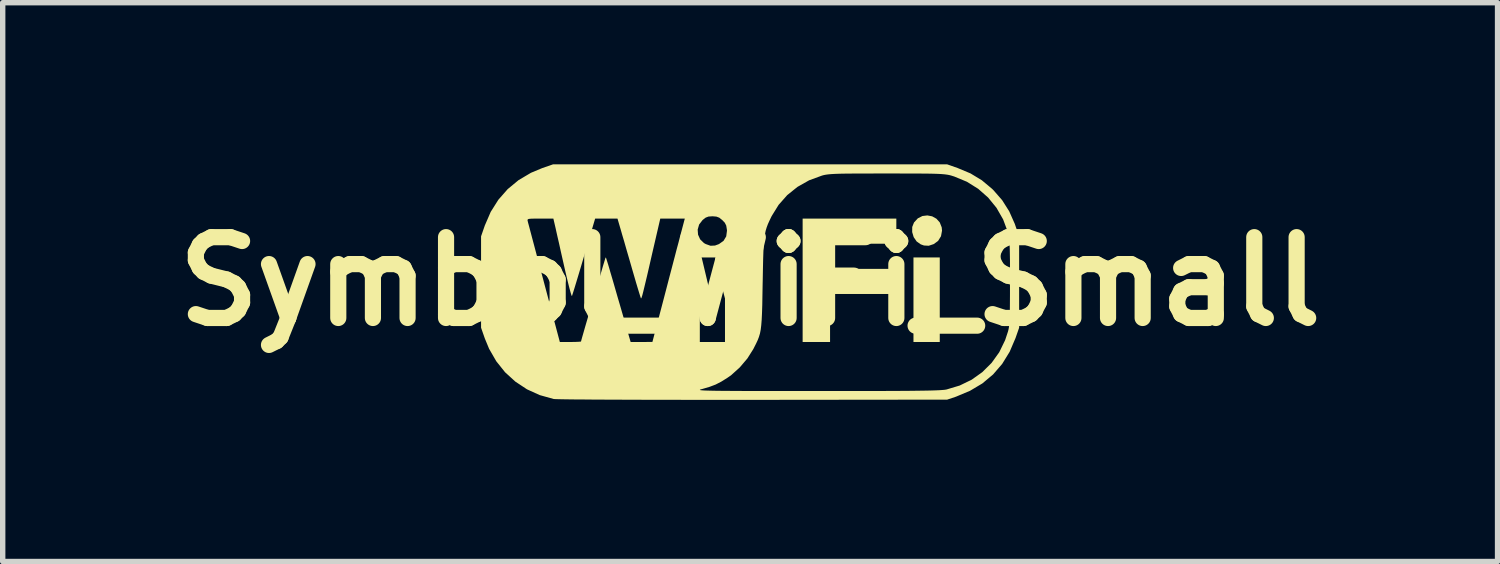
<source format=kicad_pcb>
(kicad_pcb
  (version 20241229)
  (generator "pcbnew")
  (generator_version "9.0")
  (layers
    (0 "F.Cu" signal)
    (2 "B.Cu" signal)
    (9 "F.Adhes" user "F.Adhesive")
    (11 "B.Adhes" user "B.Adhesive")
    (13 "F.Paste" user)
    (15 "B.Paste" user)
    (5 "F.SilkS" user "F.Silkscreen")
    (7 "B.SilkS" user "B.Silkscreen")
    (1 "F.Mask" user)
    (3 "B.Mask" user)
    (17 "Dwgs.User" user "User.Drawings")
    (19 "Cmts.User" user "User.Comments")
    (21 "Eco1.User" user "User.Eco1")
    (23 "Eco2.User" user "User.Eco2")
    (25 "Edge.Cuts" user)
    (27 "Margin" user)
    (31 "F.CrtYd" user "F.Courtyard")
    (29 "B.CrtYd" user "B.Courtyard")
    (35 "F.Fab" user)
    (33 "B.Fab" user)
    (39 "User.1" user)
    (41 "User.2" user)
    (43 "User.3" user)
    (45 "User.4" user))
  (footprint "Symbol_WiFi_Small"
    (layer "F.Cu")
    (at 10.871 2.173)
    (property "Reference" "Symbol_WiFi_Small" (at 0 0 0) (layer "F.SilkS") (effects (font (size 1.5 1.5) (thickness 0.3))))
    (attr board_only exclude_from_pos_files exclude_from_bom)
    (fp_poly (pts (xy 3.52 0.339) (xy 3.52 1.124) (xy 3.276 1.124) (xy 3.032 1.124) (xy 3.032 0.339) (xy 3.032 -0.445) (xy 3.276 -0.445) (xy 3.52 -0.445)) (stroke (width 0) (type solid)) (fill yes) (layer "F.SilkS"))
    (fp_poly (pts (xy 3.379 -1.208) (xy 3.458 -1.164) (xy 3.52 -1.095) (xy 3.556 -1.004) (xy 3.562 -0.943) (xy 3.543 -0.839) (xy 3.489 -0.752) (xy 3.408 -0.693) (xy 3.315 -0.662) (xy 3.227 -0.667) (xy 3.167 -0.688) (xy 3.091 -0.742) (xy 3.036 -0.822) (xy 3.008 -0.916) (xy 3.009 -1.011) (xy 3.042 -1.094) (xy 3.113 -1.171) (xy 3.198 -1.214) (xy 3.29 -1.225)) (stroke (width 0) (type solid)) (fill yes) (layer "F.SilkS"))
    (fp_poly (pts (xy 2.714 -0.933) (xy 2.714 -0.7) (xy 2.099 -0.7) (xy 1.484 -0.7) (xy 1.484 -0.466) (xy 1.484 -0.233) (xy 2.057 -0.233) (xy 2.629 -0.233) (xy 2.629 0) (xy 2.629 0.233) (xy 2.057 0.233) (xy 1.484 0.233) (xy 1.484 0.678) (xy 1.484 1.124) (xy 1.23 1.124) (xy 0.975 1.124) (xy 0.975 -0.021) (xy 0.975 -1.166) (xy 1.845 -1.166) (xy 2.714 -1.166)) (stroke (width 0) (type solid)) (fill yes) (layer "F.SilkS"))
    (fp_poly (pts (xy 3.851 -2.105) (xy 4.09 -2.005) (xy 4.3 -1.878) (xy 4.489 -1.72) (xy 4.515 -1.695) (xy 4.678 -1.508) (xy 4.809 -1.301) (xy 4.913 -1.067) (xy 4.925 -1.031) (xy 4.993 -0.837) (xy 4.993 0.011) (xy 4.993 0.859) (xy 4.926 1.051) (xy 4.817 1.306) (xy 4.678 1.531) (xy 4.51 1.726) (xy 4.311 1.893) (xy 4.081 2.03) (xy 3.819 2.14) (xy 3.806 2.144) (xy 3.657 2.194) (xy 0.053 2.198) (xy -0.34 2.198) (xy -0.721 2.198) (xy -1.089 2.198) (xy -1.441 2.197) (xy -1.775 2.197) (xy -2.089 2.196) (xy -2.381 2.195) (xy -2.648 2.194) (xy -2.889 2.193) (xy -3.1 2.191) (xy -3.28 2.19) (xy -3.427 2.188) (xy -3.538 2.186) (xy -3.611 2.184) (xy -3.645 2.182) (xy -3.645 2.182) (xy -3.903 2.11) (xy -4.113 2.015) (xy -0.931 2.015) (xy -0.92 2.018) (xy -0.894 2.021) (xy -0.852 2.024) (xy -0.792 2.026) (xy -0.71 2.028) (xy -0.606 2.03) (xy -0.477 2.031) (xy -0.32 2.032) (xy -0.134 2.033) (xy 0.085 2.033) (xy 0.337 2.033) (xy 0.625 2.034) (xy 0.952 2.034) (xy 1.24 2.034) (xy 1.612 2.034) (xy 1.944 2.034) (xy 2.238 2.033) (xy 2.497 2.033) (xy 2.723 2.032) (xy 2.917 2.031) (xy 3.083 2.029) (xy 3.223 2.027) (xy 3.339 2.025) (xy 3.434 2.022) (xy 3.509 2.019) (xy 3.567 2.015) (xy 3.611 2.011) (xy 3.642 2.006) (xy 3.647 2.005) (xy 3.89 1.932) (xy 4.112 1.824) (xy 4.31 1.683) (xy 4.482 1.512) (xy 4.624 1.314) (xy 4.733 1.09) (xy 4.785 0.933) (xy 4.796 0.892) (xy 4.804 0.847) (xy 4.81 0.793) (xy 4.815 0.726) (xy 4.819 0.64) (xy 4.821 0.531) (xy 4.822 0.394) (xy 4.823 0.224) (xy 4.823 0.016) (xy 4.823 0.011) (xy 4.823 -0.197) (xy 4.823 -0.367) (xy 4.821 -0.504) (xy 4.819 -0.613) (xy 4.815 -0.699) (xy 4.811 -0.766) (xy 4.804 -0.82) (xy 4.796 -0.864) (xy 4.786 -0.905) (xy 4.785 -0.912) (xy 4.696 -1.151) (xy 4.572 -1.367) (xy 4.417 -1.557) (xy 4.233 -1.719) (xy 4.023 -1.85) (xy 3.789 -1.947) (xy 3.732 -1.965) (xy 3.697 -1.974) (xy 3.66 -1.981) (xy 3.615 -1.987) (xy 3.56 -1.992) (xy 3.49 -1.996) (xy 3.401 -1.999) (xy 3.289 -2.001) (xy 3.151 -2.002) (xy 2.982 -2.003) (xy 2.778 -2.003) (xy 2.536 -2.004) (xy 2.534 -2.004) (xy 2.291 -2.003) (xy 2.087 -2.003) (xy 1.918 -2.002) (xy 1.779 -2.001) (xy 1.667 -1.999) (xy 1.578 -1.996) (xy 1.508 -1.992) (xy 1.452 -1.987) (xy 1.407 -1.981) (xy 1.37 -1.974) (xy 1.336 -1.965) (xy 1.096 -1.877) (xy 0.88 -1.755) (xy 0.69 -1.603) (xy 0.53 -1.422) (xy 0.401 -1.214) (xy 0.393 -1.198) (xy 0.359 -1.127) (xy 0.33 -1.063) (xy 0.307 -1.001) (xy 0.288 -0.937) (xy 0.274 -0.865) (xy 0.262 -0.781) (xy 0.254 -0.68) (xy 0.247 -0.556) (xy 0.242 -0.406) (xy 0.238 -0.223) (xy 0.234 -0.004) (xy 0.233 0.032) (xy 0.229 0.253) (xy 0.226 0.437) (xy 0.221 0.588) (xy 0.215 0.712) (xy 0.207 0.813) (xy 0.197 0.896) (xy 0.183 0.967) (xy 0.164 1.03) (xy 0.141 1.09) (xy 0.112 1.152) (xy 0.077 1.221) (xy 0.06 1.255) (xy -0.05 1.429) (xy -0.19 1.594) (xy -0.348 1.737) (xy -0.42 1.788) (xy -0.535 1.86) (xy -0.64 1.914) (xy -0.751 1.956) (xy -0.88 1.994) (xy -0.903 2) (xy -0.92 2.005) (xy -0.931 2.01) (xy -0.931 2.015) (xy -4.113 2.015) (xy -4.141 2.002) (xy -4.357 1.859) (xy -4.548 1.685) (xy -4.711 1.481) (xy -4.844 1.25) (xy -4.923 1.059) (xy -4.993 0.859) (xy -4.993 0.011) (xy -4.993 -0.837) (xy -4.923 -1.039) (xy -4.881 -1.136) (xy -4.131 -1.136) (xy -4.127 -1.118) (xy -4.12 -1.089) (xy -4.102 -1.023) (xy -4.076 -0.924) (xy -4.042 -0.796) (xy -4.001 -0.642) (xy -3.955 -0.468) (xy -3.904 -0.276) (xy -3.849 -0.071) (xy -3.823 0.027) (xy -3.531 1.124) (xy -3.334 1.124) (xy -3.249 1.123) (xy -3.182 1.12) (xy -3.144 1.117) (xy -3.138 1.114) (xy -3.132 1.091) (xy -3.116 1.033) (xy -3.091 0.946) (xy -3.059 0.834) (xy -3.021 0.704) (xy -2.979 0.56) (xy -2.935 0.408) (xy -2.89 0.254) (xy -2.845 0.102) (xy -2.803 -0.041) (xy -2.764 -0.17) (xy -2.732 -0.28) (xy -2.706 -0.366) (xy -2.689 -0.422) (xy -2.682 -0.442) (xy -2.68 -0.444) (xy -2.677 -0.443) (xy -2.673 -0.435) (xy -2.667 -0.417) (xy -2.657 -0.385) (xy -2.642 -0.337) (xy -2.621 -0.268) (xy -2.594 -0.174) (xy -2.558 -0.053) (xy -2.514 0.099) (xy -2.46 0.287) (xy -2.415 0.44) (xy -2.217 1.124) (xy -2.015 1.124) (xy -1.813 1.123) (xy -1.606 0.334) (xy -1.555 0.139) (xy -1.504 -0.058) (xy -1.453 -0.251) (xy -1.406 -0.431) (xy -1.402 -0.445) (xy -0.933 -0.445) (xy -0.933 0.339) (xy -0.933 1.124) (xy -0.7 1.124) (xy -0.466 1.124) (xy -0.466 0.339) (xy -0.466 -0.445) (xy -0.7 -0.445) (xy -0.933 -0.445) (xy -1.402 -0.445) (xy -1.364 -0.592) (xy -1.328 -0.725) (xy -1.306 -0.811) (xy -1.266 -0.962) (xy -0.973 -0.962) (xy -0.966 -0.868) (xy -0.927 -0.781) (xy -0.856 -0.712) (xy -0.824 -0.694) (xy -0.735 -0.662) (xy -0.651 -0.666) (xy -0.578 -0.693) (xy -0.493 -0.753) (xy -0.443 -0.836) (xy -0.429 -0.942) (xy -0.431 -0.963) (xy -0.443 -1.037) (xy -0.47 -1.09) (xy -0.516 -1.138) (xy -0.572 -1.183) (xy -0.625 -1.203) (xy -0.696 -1.209) (xy -0.7 -1.209) (xy -0.772 -1.204) (xy -0.825 -1.184) (xy -0.88 -1.141) (xy -0.883 -1.138) (xy -0.946 -1.056) (xy -0.973 -0.962) (xy -1.266 -0.962) (xy -1.212 -1.166) (xy -1.44 -1.166) (xy -1.667 -1.166) (xy -1.823 -0.493) (xy -1.87 -0.287) (xy -1.909 -0.118) (xy -1.941 0.016) (xy -1.966 0.12) (xy -1.985 0.198) (xy -1.999 0.252) (xy -2.01 0.287) (xy -2.017 0.307) (xy -2.022 0.314) (xy -2.026 0.313) (xy -2.034 0.291) (xy -2.052 0.234) (xy -2.079 0.146) (xy -2.113 0.033) (xy -2.152 -0.101) (xy -2.195 -0.249) (xy -2.206 -0.288) (xy -2.252 -0.447) (xy -2.297 -0.601) (xy -2.337 -0.742) (xy -2.373 -0.863) (xy -2.4 -0.958) (xy -2.418 -1.019) (xy -2.419 -1.023) (xy -2.461 -1.166) (xy -2.669 -1.166) (xy -2.876 -1.166) (xy -3.084 -0.461) (xy -3.133 -0.295) (xy -3.179 -0.141) (xy -3.22 -0.005) (xy -3.255 0.11) (xy -3.282 0.197) (xy -3.3 0.253) (xy -3.306 0.271) (xy -3.315 0.259) (xy -3.33 0.21) (xy -3.352 0.13) (xy -3.379 0.023) (xy -3.41 -0.105) (xy -3.443 -0.248) (xy -3.443 -0.248) (xy -3.479 -0.407) (xy -3.514 -0.562) (xy -3.546 -0.707) (xy -3.575 -0.832) (xy -3.597 -0.93) (xy -3.608 -0.981) (xy -3.651 -1.166) (xy -3.895 -1.166) (xy -4 -1.166) (xy -4.069 -1.164) (xy -4.109 -1.16) (xy -4.127 -1.151) (xy -4.131 -1.136) (xy -4.881 -1.136) (xy -4.814 -1.291) (xy -4.672 -1.516) (xy -4.499 -1.713) (xy -4.297 -1.88) (xy -4.067 -2.016) (xy -3.859 -2.103) (xy -3.657 -2.173) (xy 0 -2.173) (xy 3.657 -2.173)) (stroke (width 0) (type solid)) (fill yes) (layer "F.SilkS")))
  (gr_rect
    (start -3 -3)
    (end 24.743 7.371)
    (stroke (width 0.1) (type default))
    (fill no)
    (layer "Edge.Cuts")))
</source>
